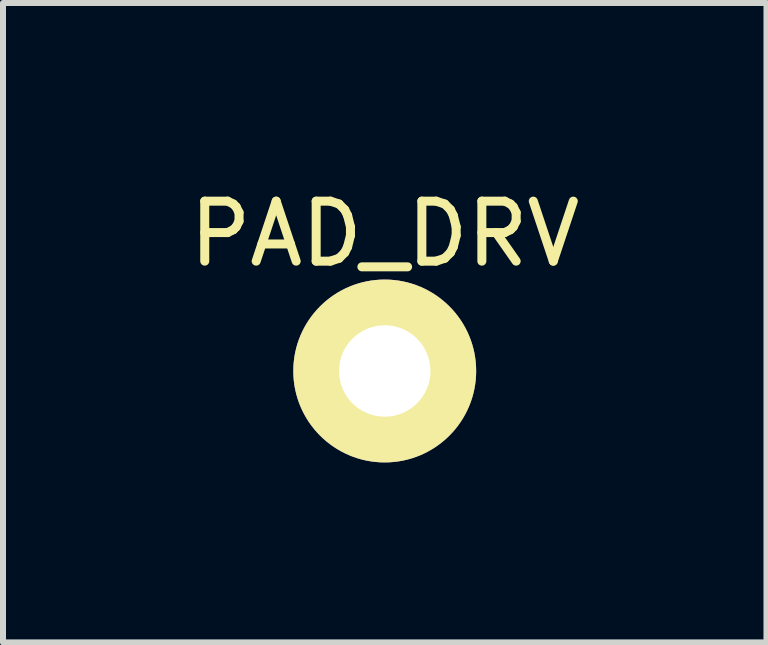
<source format=kicad_pcb>
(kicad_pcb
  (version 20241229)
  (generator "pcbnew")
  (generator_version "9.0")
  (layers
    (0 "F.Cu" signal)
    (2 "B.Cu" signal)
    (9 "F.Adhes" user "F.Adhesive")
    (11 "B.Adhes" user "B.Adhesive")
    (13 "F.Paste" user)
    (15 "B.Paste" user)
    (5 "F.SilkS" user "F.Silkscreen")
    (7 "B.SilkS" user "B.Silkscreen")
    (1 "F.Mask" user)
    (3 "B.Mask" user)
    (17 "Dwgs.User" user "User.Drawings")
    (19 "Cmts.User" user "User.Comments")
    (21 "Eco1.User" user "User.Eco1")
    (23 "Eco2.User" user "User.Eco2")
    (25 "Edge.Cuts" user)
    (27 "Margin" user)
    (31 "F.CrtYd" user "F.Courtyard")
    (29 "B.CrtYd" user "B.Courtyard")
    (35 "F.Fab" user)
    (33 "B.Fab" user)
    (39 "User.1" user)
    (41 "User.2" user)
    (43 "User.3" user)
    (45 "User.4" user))
  (footprint "PAD_DRV"
    (layer "F.Cu")
    (at 3.363 3.134)
    (property "Reference" "PAD_DRV" (at 0 -2.286 0) (layer "F.SilkS") (effects (font (size 1 1) (thickness 0.15))))
    (attr through_hole)
    (pad "1" thru_hole circle (at 0 0) (size 3.048 3.048) (drill 1.524) (layers "*.Cu" "*.Mask" "F.SilkS")))
  (gr_rect
    (start -3 -3)
    (end 9.726 7.658)
    (stroke (width 0.1) (type default))
    (fill no)
    (layer "Edge.Cuts")))
</source>
